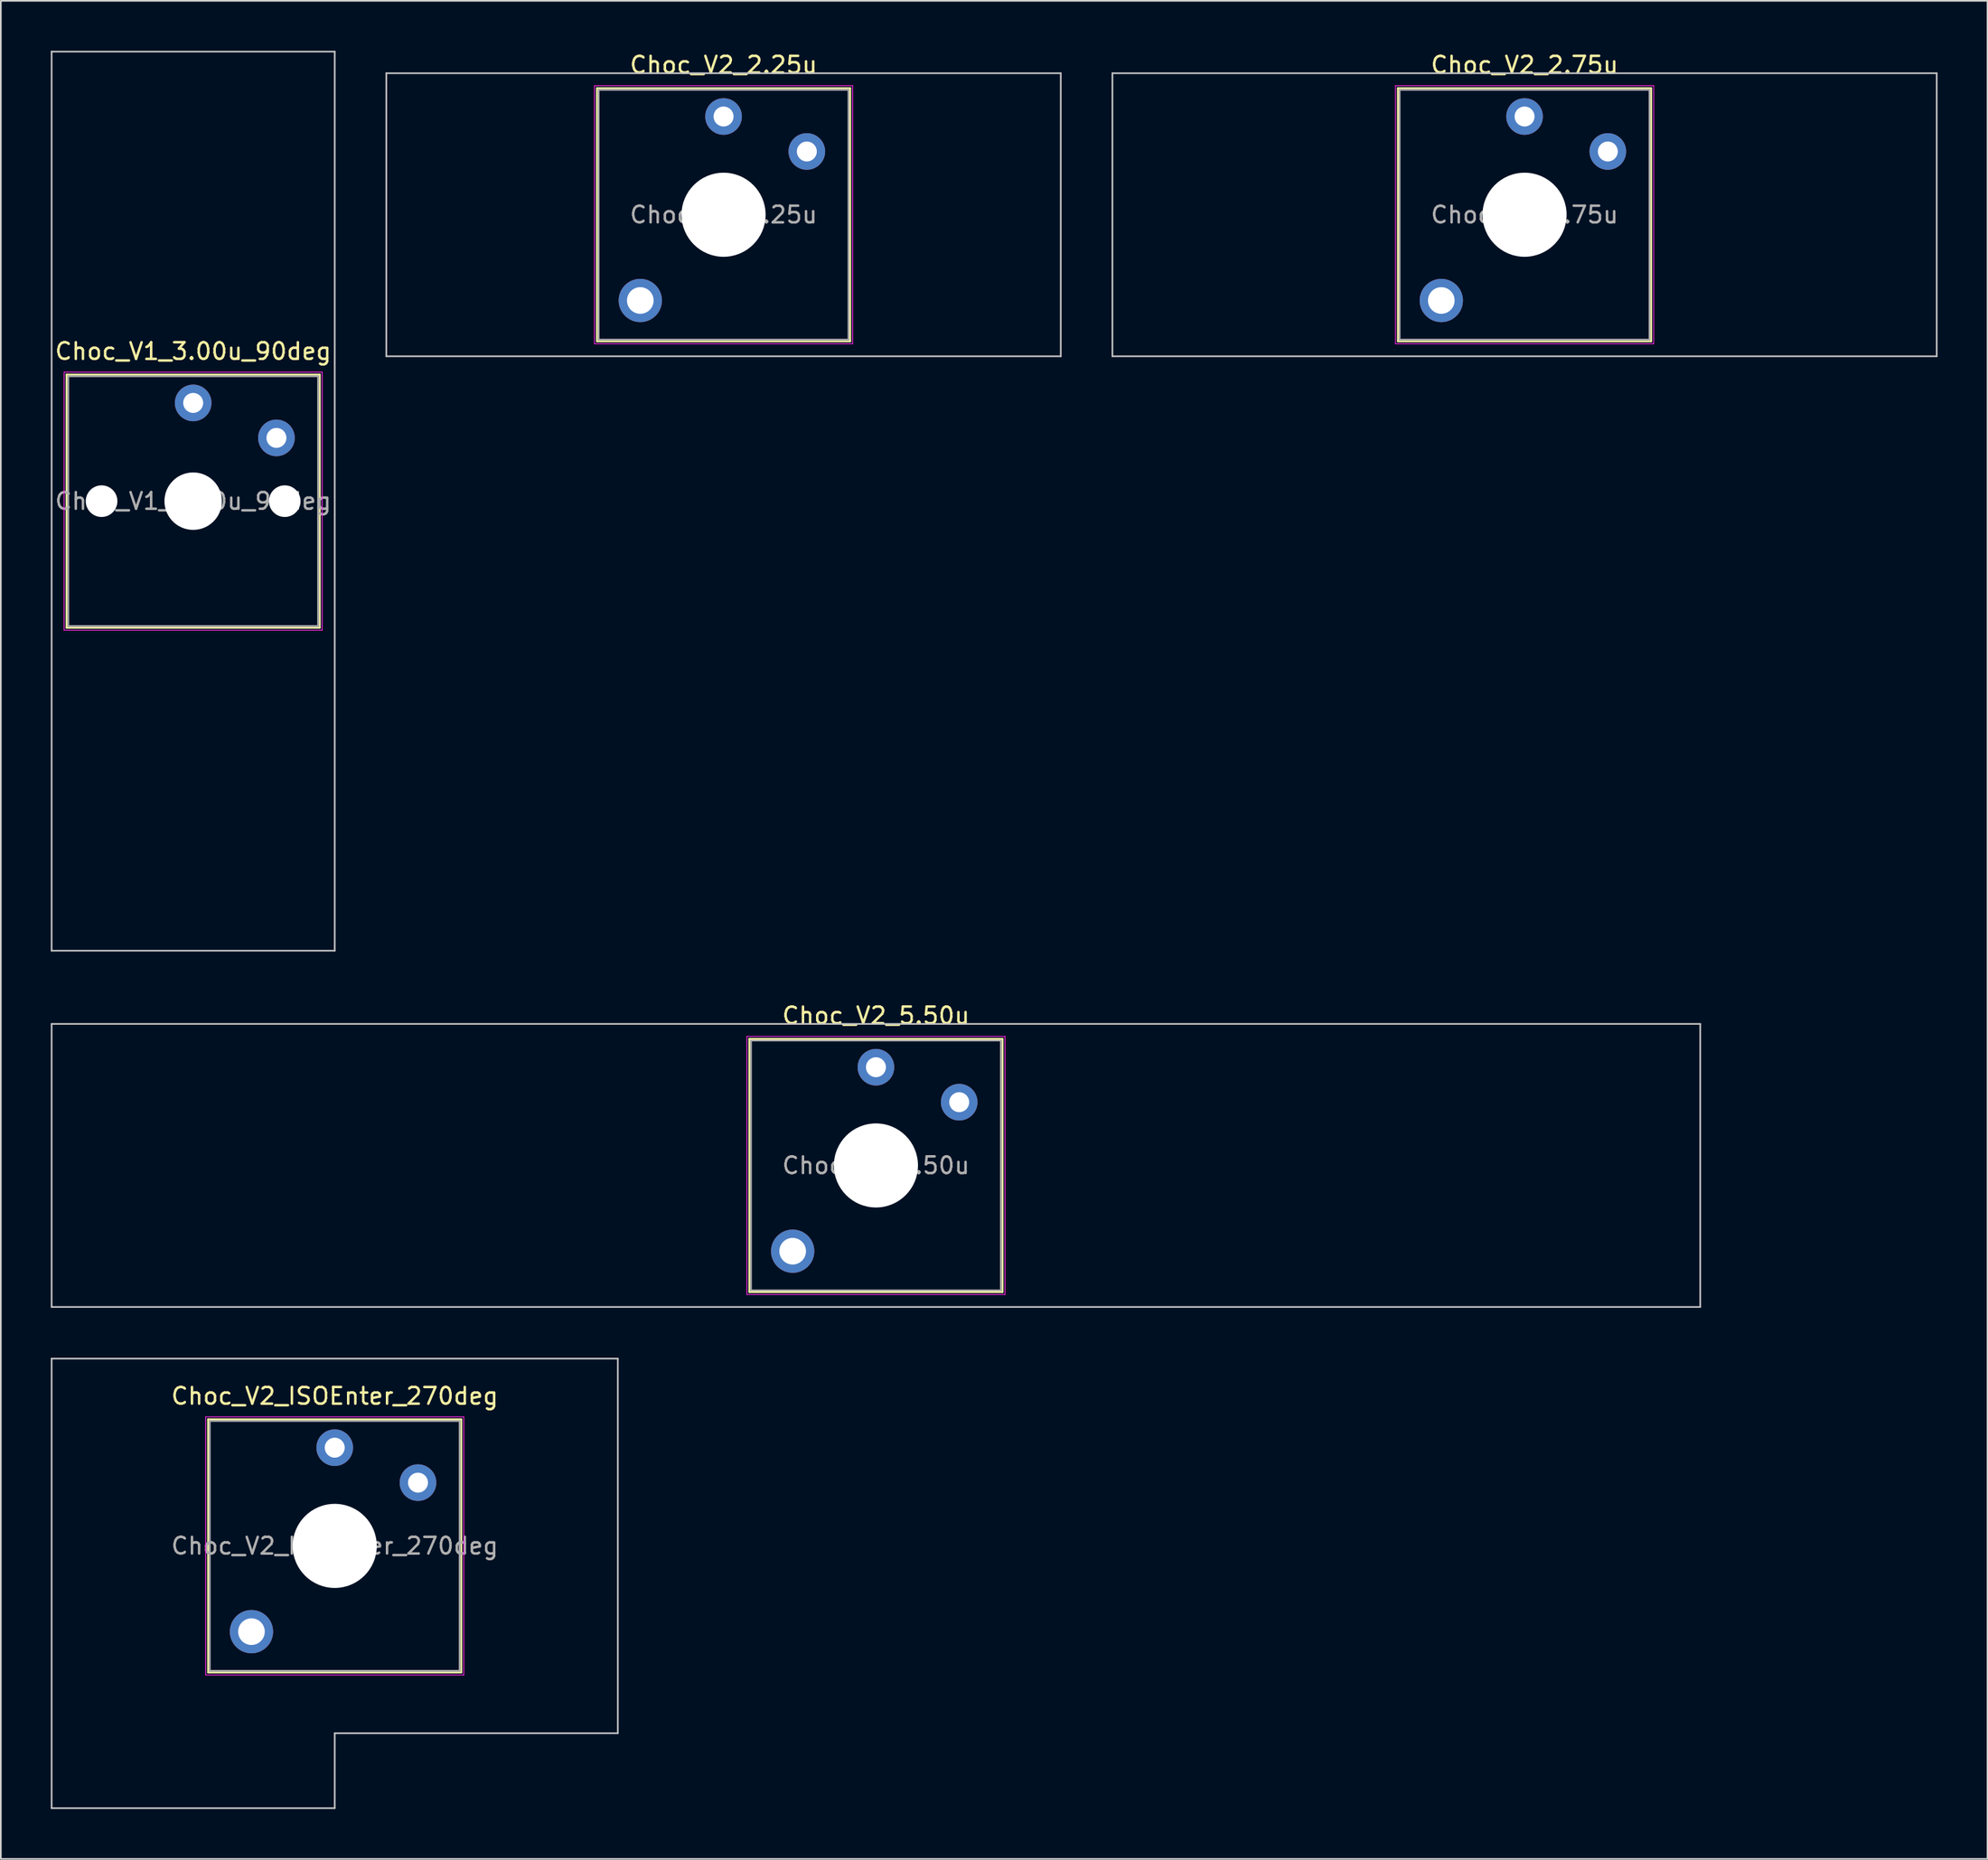
<source format=kicad_pcb>
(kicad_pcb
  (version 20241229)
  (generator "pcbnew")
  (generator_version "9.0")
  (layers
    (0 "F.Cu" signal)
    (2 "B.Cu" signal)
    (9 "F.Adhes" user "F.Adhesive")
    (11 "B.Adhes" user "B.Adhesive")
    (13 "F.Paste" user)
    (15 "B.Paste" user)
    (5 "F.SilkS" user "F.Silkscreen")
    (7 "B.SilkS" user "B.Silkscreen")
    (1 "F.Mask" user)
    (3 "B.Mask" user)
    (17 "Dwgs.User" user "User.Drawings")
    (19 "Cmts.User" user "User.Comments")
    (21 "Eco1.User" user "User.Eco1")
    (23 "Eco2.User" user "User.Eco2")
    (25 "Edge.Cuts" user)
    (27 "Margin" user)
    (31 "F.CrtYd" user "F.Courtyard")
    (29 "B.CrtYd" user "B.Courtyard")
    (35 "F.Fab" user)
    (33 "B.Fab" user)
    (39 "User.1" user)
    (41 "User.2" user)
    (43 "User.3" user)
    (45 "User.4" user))
  (footprint "Choc_V2_2.25u"
    (layer "F.Cu")
    (at 40.4 9.848)
    (property "Reference" "Choc_V2_2.25u" (at 0 -9 0) (layer "F.SilkS") (effects (font (size 1 1) (thickness 0.15))))
    (attr through_hole)
    (fp_line (start -7.6 -7.6) (end -7.6 7.6) (stroke (width 0.12) (type solid)) (layer "F.SilkS"))
    (fp_line (start -7.6 7.6) (end 7.6 7.6) (stroke (width 0.12) (type solid)) (layer "F.SilkS"))
    (fp_line (start 7.6 -7.6) (end -7.6 -7.6) (stroke (width 0.12) (type solid)) (layer "F.SilkS"))
    (fp_line (start 7.6 7.6) (end 7.6 -7.6) (stroke (width 0.12) (type solid)) (layer "F.SilkS"))
    (fp_line (start -20.25 -8.5) (end -20.25 8.5) (stroke (width 0.1) (type solid)) (layer "Dwgs.User"))
    (fp_line (start -20.25 8.5) (end 20.25 8.5) (stroke (width 0.1) (type solid)) (layer "Dwgs.User"))
    (fp_line (start 20.25 -8.5) (end -20.25 -8.5) (stroke (width 0.1) (type solid)) (layer "Dwgs.User"))
    (fp_line (start 20.25 8.5) (end 20.25 -8.5) (stroke (width 0.1) (type solid)) (layer "Dwgs.User"))
    (fp_line (start -7.25 -7.25) (end -7.25 7.25) (stroke (width 0.1) (type solid)) (layer "Eco1.User"))
    (fp_line (start -7.25 7.25) (end 7.25 7.25) (stroke (width 0.1) (type solid)) (layer "Eco1.User"))
    (fp_line (start 7.25 -7.25) (end -7.25 -7.25) (stroke (width 0.1) (type solid)) (layer "Eco1.User"))
    (fp_line (start 7.25 7.25) (end 7.25 -7.25) (stroke (width 0.1) (type solid)) (layer "Eco1.User"))
    (fp_line (start -7.75 -7.75) (end -7.75 7.75) (stroke (width 0.05) (type solid)) (layer "F.CrtYd"))
    (fp_line (start -7.75 7.75) (end 7.75 7.75) (stroke (width 0.05) (type solid)) (layer "F.CrtYd"))
    (fp_line (start 7.75 -7.75) (end -7.75 -7.75) (stroke (width 0.05) (type solid)) (layer "F.CrtYd"))
    (fp_line (start 7.75 7.75) (end 7.75 -7.75) (stroke (width 0.05) (type solid)) (layer "F.CrtYd"))
    (fp_line (start -7.5 -7.5) (end -7.5 7.5) (stroke (width 0.1) (type solid)) (layer "F.Fab"))
    (fp_line (start -7.5 7.5) (end 7.5 7.5) (stroke (width 0.1) (type solid)) (layer "F.Fab"))
    (fp_line (start 7.5 -7.5) (end -7.5 -7.5) (stroke (width 0.1) (type solid)) (layer "F.Fab"))
    (fp_line (start 7.5 7.5) (end 7.5 -7.5) (stroke (width 0.1) (type solid)) (layer "F.Fab"))
    (fp_text user "${REFERENCE}" (at 0 0 0) (layer "F.Fab") (effects (font (size 1 1) (thickness 0.15))))
    (pad "" thru_hole circle (at -5 5.15) (size 2.6 2.6) (drill 1.6) (layers "*.Cu" "*.Mask"))
    (pad "" np_thru_hole circle (at 0 0) (size 5.05 5.05) (drill 5.05) (layers "*.Cu" "*.Mask"))
    (pad "1" thru_hole circle (at 0 -5.9) (size 2.2 2.2) (drill 1.2) (layers "*.Cu" "*.Mask"))
    (pad "2" thru_hole circle (at 5 -3.8) (size 2.2 2.2) (drill 1.2) (layers "*.Cu" "*.Mask")))
  (footprint "Choc_V2_5.50u"
    (layer "F.Cu")
    (at 49.55 66.948)
    (property "Reference" "Choc_V2_5.50u" (at 0 -9 0) (layer "F.SilkS") (effects (font (size 1 1) (thickness 0.15))))
    (attr through_hole)
    (fp_line (start -7.6 -7.6) (end -7.6 7.6) (stroke (width 0.12) (type solid)) (layer "F.SilkS"))
    (fp_line (start -7.6 7.6) (end 7.6 7.6) (stroke (width 0.12) (type solid)) (layer "F.SilkS"))
    (fp_line (start 7.6 -7.6) (end -7.6 -7.6) (stroke (width 0.12) (type solid)) (layer "F.SilkS"))
    (fp_line (start 7.6 7.6) (end 7.6 -7.6) (stroke (width 0.12) (type solid)) (layer "F.SilkS"))
    (fp_line (start -49.5 -8.5) (end -49.5 8.5) (stroke (width 0.1) (type solid)) (layer "Dwgs.User"))
    (fp_line (start -49.5 8.5) (end 49.5 8.5) (stroke (width 0.1) (type solid)) (layer "Dwgs.User"))
    (fp_line (start 49.5 -8.5) (end -49.5 -8.5) (stroke (width 0.1) (type solid)) (layer "Dwgs.User"))
    (fp_line (start 49.5 8.5) (end 49.5 -8.5) (stroke (width 0.1) (type solid)) (layer "Dwgs.User"))
    (fp_line (start -7.25 -7.25) (end -7.25 7.25) (stroke (width 0.1) (type solid)) (layer "Eco1.User"))
    (fp_line (start -7.25 7.25) (end 7.25 7.25) (stroke (width 0.1) (type solid)) (layer "Eco1.User"))
    (fp_line (start 7.25 -7.25) (end -7.25 -7.25) (stroke (width 0.1) (type solid)) (layer "Eco1.User"))
    (fp_line (start 7.25 7.25) (end 7.25 -7.25) (stroke (width 0.1) (type solid)) (layer "Eco1.User"))
    (fp_line (start -7.75 -7.75) (end -7.75 7.75) (stroke (width 0.05) (type solid)) (layer "F.CrtYd"))
    (fp_line (start -7.75 7.75) (end 7.75 7.75) (stroke (width 0.05) (type solid)) (layer "F.CrtYd"))
    (fp_line (start 7.75 -7.75) (end -7.75 -7.75) (stroke (width 0.05) (type solid)) (layer "F.CrtYd"))
    (fp_line (start 7.75 7.75) (end 7.75 -7.75) (stroke (width 0.05) (type solid)) (layer "F.CrtYd"))
    (fp_line (start -7.5 -7.5) (end -7.5 7.5) (stroke (width 0.1) (type solid)) (layer "F.Fab"))
    (fp_line (start -7.5 7.5) (end 7.5 7.5) (stroke (width 0.1) (type solid)) (layer "F.Fab"))
    (fp_line (start 7.5 -7.5) (end -7.5 -7.5) (stroke (width 0.1) (type solid)) (layer "F.Fab"))
    (fp_line (start 7.5 7.5) (end 7.5 -7.5) (stroke (width 0.1) (type solid)) (layer "F.Fab"))
    (fp_text user "${REFERENCE}" (at 0 0 0) (layer "F.Fab") (effects (font (size 1 1) (thickness 0.15))))
    (pad "" thru_hole circle (at -5 5.15) (size 2.6 2.6) (drill 1.6) (layers "*.Cu" "*.Mask"))
    (pad "" np_thru_hole circle (at 0 0) (size 5.05 5.05) (drill 5.05) (layers "*.Cu" "*.Mask"))
    (pad "1" thru_hole circle (at 0 -5.9) (size 2.2 2.2) (drill 1.2) (layers "*.Cu" "*.Mask"))
    (pad "2" thru_hole circle (at 5 -3.8) (size 2.2 2.2) (drill 1.2) (layers "*.Cu" "*.Mask")))
  (footprint "Choc_V2_ISOEnter_270deg"
    (layer "F.Cu")
    (at 17.05 89.798)
    (property "Reference" "Choc_V2_ISOEnter_270deg" (at 0 -9 0) (layer "F.SilkS") (effects (font (size 1 1) (thickness 0.15))))
    (attr through_hole)
    (fp_line (start -7.6 -7.6) (end -7.6 7.6) (stroke (width 0.12) (type solid)) (layer "F.SilkS"))
    (fp_line (start -7.6 7.6) (end 7.6 7.6) (stroke (width 0.12) (type solid)) (layer "F.SilkS"))
    (fp_line (start 7.6 -7.6) (end -7.6 -7.6) (stroke (width 0.12) (type solid)) (layer "F.SilkS"))
    (fp_line (start 7.6 7.6) (end 7.6 -7.6) (stroke (width 0.12) (type solid)) (layer "F.SilkS"))
    (fp_line (start -17 -11.25) (end -17 15.75) (stroke (width 0.1) (type solid)) (layer "Dwgs.User"))
    (fp_line (start -17 15.75) (end 0 15.75) (stroke (width 0.1) (type solid)) (layer "Dwgs.User"))
    (fp_line (start 0 11.25) (end 17 11.25) (stroke (width 0.1) (type solid)) (layer "Dwgs.User"))
    (fp_line (start 0 15.75) (end 0 11.25) (stroke (width 0.1) (type solid)) (layer "Dwgs.User"))
    (fp_line (start 17 -11.25) (end -17 -11.25) (stroke (width 0.1) (type solid)) (layer "Dwgs.User"))
    (fp_line (start 17 11.25) (end 17 -11.25) (stroke (width 0.1) (type solid)) (layer "Dwgs.User"))
    (fp_line (start -7.25 -7.25) (end -7.25 7.25) (stroke (width 0.1) (type solid)) (layer "Eco1.User"))
    (fp_line (start -7.25 7.25) (end 7.25 7.25) (stroke (width 0.1) (type solid)) (layer "Eco1.User"))
    (fp_line (start 7.25 -7.25) (end -7.25 -7.25) (stroke (width 0.1) (type solid)) (layer "Eco1.User"))
    (fp_line (start 7.25 7.25) (end 7.25 -7.25) (stroke (width 0.1) (type solid)) (layer "Eco1.User"))
    (fp_line (start -7.75 -7.75) (end -7.75 7.75) (stroke (width 0.05) (type solid)) (layer "F.CrtYd"))
    (fp_line (start -7.75 7.75) (end 7.75 7.75) (stroke (width 0.05) (type solid)) (layer "F.CrtYd"))
    (fp_line (start 7.75 -7.75) (end -7.75 -7.75) (stroke (width 0.05) (type solid)) (layer "F.CrtYd"))
    (fp_line (start 7.75 7.75) (end 7.75 -7.75) (stroke (width 0.05) (type solid)) (layer "F.CrtYd"))
    (fp_line (start -7.5 -7.5) (end -7.5 7.5) (stroke (width 0.1) (type solid)) (layer "F.Fab"))
    (fp_line (start -7.5 7.5) (end 7.5 7.5) (stroke (width 0.1) (type solid)) (layer "F.Fab"))
    (fp_line (start 7.5 -7.5) (end -7.5 -7.5) (stroke (width 0.1) (type solid)) (layer "F.Fab"))
    (fp_line (start 7.5 7.5) (end 7.5 -7.5) (stroke (width 0.1) (type solid)) (layer "F.Fab"))
    (fp_text user "${REFERENCE}" (at 0 0 0) (layer "F.Fab") (effects (font (size 1 1) (thickness 0.15))))
    (pad "" thru_hole circle (at -5 5.15) (size 2.6 2.6) (drill 1.6) (layers "*.Cu" "*.Mask"))
    (pad "" np_thru_hole circle (at 0 0) (size 5.05 5.05) (drill 5.05) (layers "*.Cu" "*.Mask"))
    (pad "1" thru_hole circle (at 0 -5.9) (size 2.2 2.2) (drill 1.2) (layers "*.Cu" "*.Mask"))
    (pad "2" thru_hole circle (at 5 -3.8) (size 2.2 2.2) (drill 1.2) (layers "*.Cu" "*.Mask")))
  (footprint "Choc_V2_2.75u"
    (layer "F.Cu")
    (at 88.5 9.848)
    (property "Reference" "Choc_V2_2.75u" (at 0 -9 0) (layer "F.SilkS") (effects (font (size 1 1) (thickness 0.15))))
    (attr through_hole)
    (fp_line (start -7.6 -7.6) (end -7.6 7.6) (stroke (width 0.12) (type solid)) (layer "F.SilkS"))
    (fp_line (start -7.6 7.6) (end 7.6 7.6) (stroke (width 0.12) (type solid)) (layer "F.SilkS"))
    (fp_line (start 7.6 -7.6) (end -7.6 -7.6) (stroke (width 0.12) (type solid)) (layer "F.SilkS"))
    (fp_line (start 7.6 7.6) (end 7.6 -7.6) (stroke (width 0.12) (type solid)) (layer "F.SilkS"))
    (fp_line (start -24.75 -8.5) (end -24.75 8.5) (stroke (width 0.1) (type solid)) (layer "Dwgs.User"))
    (fp_line (start -24.75 8.5) (end 24.75 8.5) (stroke (width 0.1) (type solid)) (layer "Dwgs.User"))
    (fp_line (start 24.75 -8.5) (end -24.75 -8.5) (stroke (width 0.1) (type solid)) (layer "Dwgs.User"))
    (fp_line (start 24.75 8.5) (end 24.75 -8.5) (stroke (width 0.1) (type solid)) (layer "Dwgs.User"))
    (fp_line (start -7.25 -7.25) (end -7.25 7.25) (stroke (width 0.1) (type solid)) (layer "Eco1.User"))
    (fp_line (start -7.25 7.25) (end 7.25 7.25) (stroke (width 0.1) (type solid)) (layer "Eco1.User"))
    (fp_line (start 7.25 -7.25) (end -7.25 -7.25) (stroke (width 0.1) (type solid)) (layer "Eco1.User"))
    (fp_line (start 7.25 7.25) (end 7.25 -7.25) (stroke (width 0.1) (type solid)) (layer "Eco1.User"))
    (fp_line (start -7.75 -7.75) (end -7.75 7.75) (stroke (width 0.05) (type solid)) (layer "F.CrtYd"))
    (fp_line (start -7.75 7.75) (end 7.75 7.75) (stroke (width 0.05) (type solid)) (layer "F.CrtYd"))
    (fp_line (start 7.75 -7.75) (end -7.75 -7.75) (stroke (width 0.05) (type solid)) (layer "F.CrtYd"))
    (fp_line (start 7.75 7.75) (end 7.75 -7.75) (stroke (width 0.05) (type solid)) (layer "F.CrtYd"))
    (fp_line (start -7.5 -7.5) (end -7.5 7.5) (stroke (width 0.1) (type solid)) (layer "F.Fab"))
    (fp_line (start -7.5 7.5) (end 7.5 7.5) (stroke (width 0.1) (type solid)) (layer "F.Fab"))
    (fp_line (start 7.5 -7.5) (end -7.5 -7.5) (stroke (width 0.1) (type solid)) (layer "F.Fab"))
    (fp_line (start 7.5 7.5) (end 7.5 -7.5) (stroke (width 0.1) (type solid)) (layer "F.Fab"))
    (fp_text user "${REFERENCE}" (at 0 0 0) (layer "F.Fab") (effects (font (size 1 1) (thickness 0.15))))
    (pad "" thru_hole circle (at -5 5.15) (size 2.6 2.6) (drill 1.6) (layers "*.Cu" "*.Mask"))
    (pad "" np_thru_hole circle (at 0 0) (size 5.05 5.05) (drill 5.05) (layers "*.Cu" "*.Mask"))
    (pad "1" thru_hole circle (at 0 -5.9) (size 2.2 2.2) (drill 1.2) (layers "*.Cu" "*.Mask"))
    (pad "2" thru_hole circle (at 5 -3.8) (size 2.2 2.2) (drill 1.2) (layers "*.Cu" "*.Mask")))
  (footprint "Choc_V1_3.00u_90deg"
    (layer "F.Cu")
    (at 8.55 27.05)
    (property "Reference" "Choc_V1_3.00u_90deg" (at 0 -9 0) (layer "F.SilkS") (effects (font (size 1 1) (thickness 0.15))))
    (attr through_hole)
    (fp_line (start -7.6 -7.6) (end -7.6 7.6) (stroke (width 0.12) (type solid)) (layer "F.SilkS"))
    (fp_line (start -7.6 7.6) (end 7.6 7.6) (stroke (width 0.12) (type solid)) (layer "F.SilkS"))
    (fp_line (start 7.6 -7.6) (end -7.6 -7.6) (stroke (width 0.12) (type solid)) (layer "F.SilkS"))
    (fp_line (start 7.6 7.6) (end 7.6 -7.6) (stroke (width 0.12) (type solid)) (layer "F.SilkS"))
    (fp_line (start -8.5 -27) (end 8.5 -27) (stroke (width 0.1) (type solid)) (layer "Dwgs.User"))
    (fp_line (start -8.5 27) (end -8.5 -27) (stroke (width 0.1) (type solid)) (layer "Dwgs.User"))
    (fp_line (start 8.5 -27) (end 8.5 27) (stroke (width 0.1) (type solid)) (layer "Dwgs.User"))
    (fp_line (start 8.5 27) (end -8.5 27) (stroke (width 0.1) (type solid)) (layer "Dwgs.User"))
    (fp_line (start -7.25 -7.25) (end -7.25 7.25) (stroke (width 0.1) (type solid)) (layer "Eco1.User"))
    (fp_line (start -7.25 7.25) (end 7.25 7.25) (stroke (width 0.1) (type solid)) (layer "Eco1.User"))
    (fp_line (start 7.25 -7.25) (end -7.25 -7.25) (stroke (width 0.1) (type solid)) (layer "Eco1.User"))
    (fp_line (start 7.25 7.25) (end 7.25 -7.25) (stroke (width 0.1) (type solid)) (layer "Eco1.User"))
    (fp_line (start -7.75 -7.75) (end -7.75 7.75) (stroke (width 0.05) (type solid)) (layer "F.CrtYd"))
    (fp_line (start -7.75 7.75) (end 7.75 7.75) (stroke (width 0.05) (type solid)) (layer "F.CrtYd"))
    (fp_line (start 7.75 -7.75) (end -7.75 -7.75) (stroke (width 0.05) (type solid)) (layer "F.CrtYd"))
    (fp_line (start 7.75 7.75) (end 7.75 -7.75) (stroke (width 0.05) (type solid)) (layer "F.CrtYd"))
    (fp_line (start -7.5 -7.5) (end -7.5 7.5) (stroke (width 0.1) (type solid)) (layer "F.Fab"))
    (fp_line (start -7.5 7.5) (end 7.5 7.5) (stroke (width 0.1) (type solid)) (layer "F.Fab"))
    (fp_line (start 7.5 -7.5) (end -7.5 -7.5) (stroke (width 0.1) (type solid)) (layer "F.Fab"))
    (fp_line (start 7.5 7.5) (end 7.5 -7.5) (stroke (width 0.1) (type solid)) (layer "F.Fab"))
    (fp_text user "${REFERENCE}" (at 0 0 0) (layer "F.Fab") (effects (font (size 1 1) (thickness 0.15))))
    (pad "" np_thru_hole circle (at -5.5 0) (size 1.9 1.9) (drill 1.9) (layers "*.Cu" "*.Mask"))
    (pad "" np_thru_hole circle (at 0 0) (size 3.45 3.45) (drill 3.45) (layers "*.Cu" "*.Mask"))
    (pad "" np_thru_hole circle (at 5.5 0) (size 1.9 1.9) (drill 1.9) (layers "*.Cu" "*.Mask"))
    (pad "1" thru_hole circle (at 0 -5.9) (size 2.2 2.2) (drill 1.2) (layers "*.Cu" "*.Mask"))
    (pad "2" thru_hole circle (at 5 -3.8) (size 2.2 2.2) (drill 1.2) (layers "*.Cu" "*.Mask")))
  (gr_rect
    (start -3 -3)
    (end 116.3 108.598)
    (stroke (width 0.1) (type default))
    (fill no)
    (layer "Edge.Cuts")))
</source>
